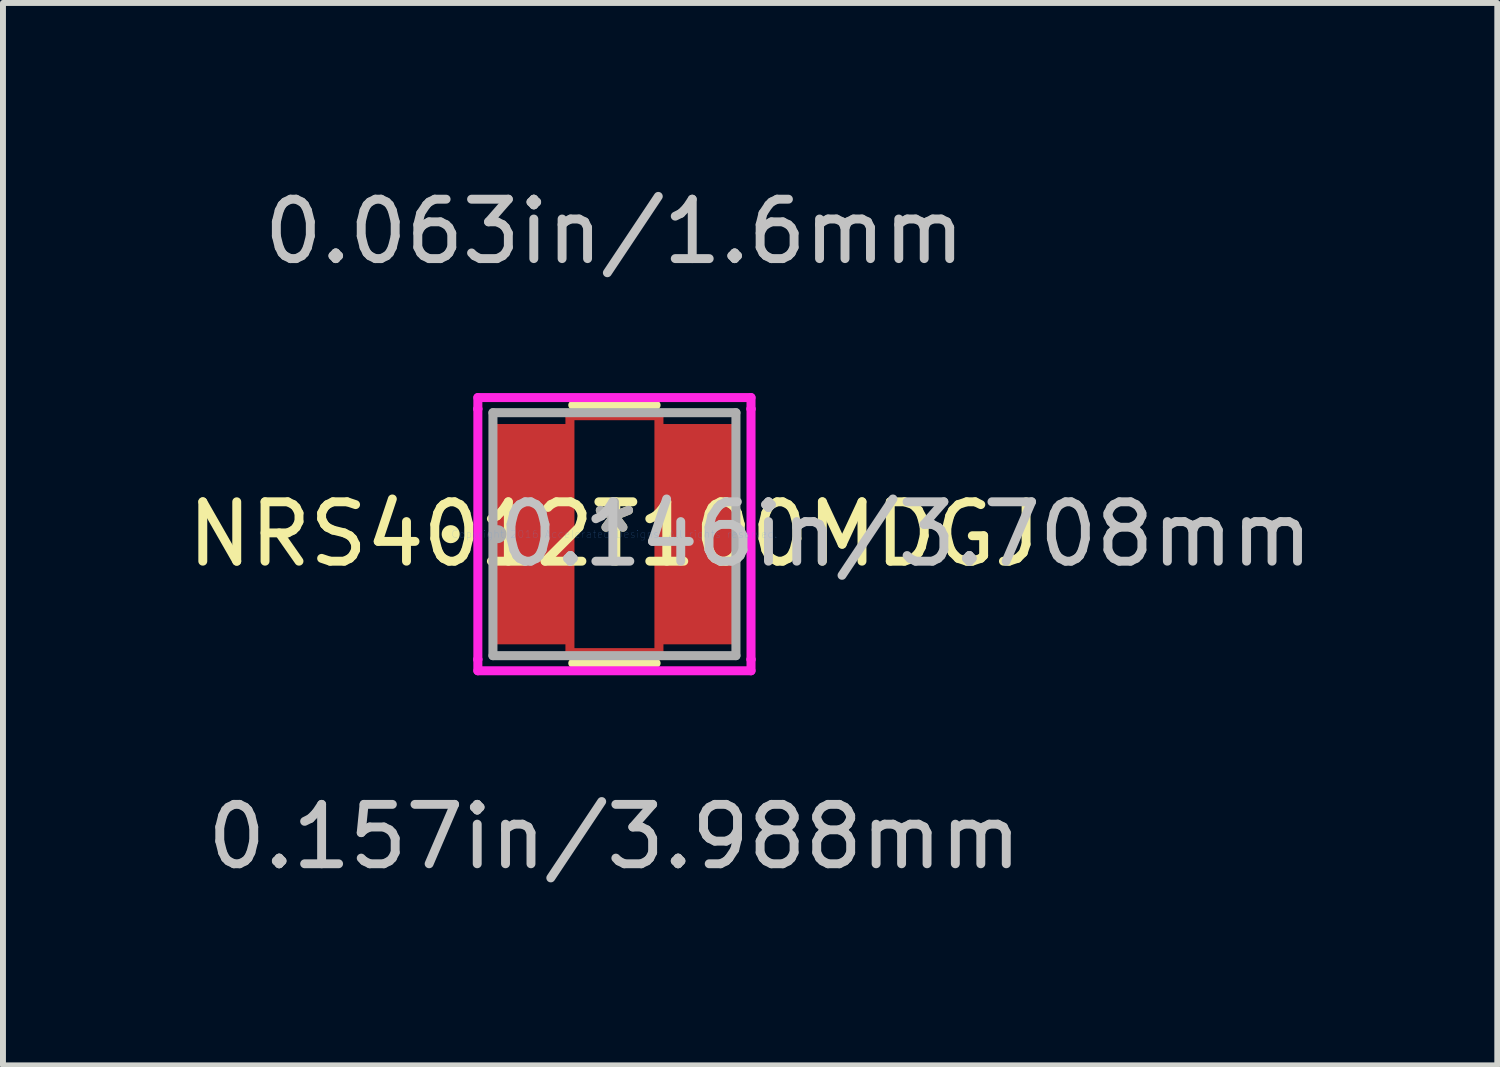
<source format=kicad_pcb>
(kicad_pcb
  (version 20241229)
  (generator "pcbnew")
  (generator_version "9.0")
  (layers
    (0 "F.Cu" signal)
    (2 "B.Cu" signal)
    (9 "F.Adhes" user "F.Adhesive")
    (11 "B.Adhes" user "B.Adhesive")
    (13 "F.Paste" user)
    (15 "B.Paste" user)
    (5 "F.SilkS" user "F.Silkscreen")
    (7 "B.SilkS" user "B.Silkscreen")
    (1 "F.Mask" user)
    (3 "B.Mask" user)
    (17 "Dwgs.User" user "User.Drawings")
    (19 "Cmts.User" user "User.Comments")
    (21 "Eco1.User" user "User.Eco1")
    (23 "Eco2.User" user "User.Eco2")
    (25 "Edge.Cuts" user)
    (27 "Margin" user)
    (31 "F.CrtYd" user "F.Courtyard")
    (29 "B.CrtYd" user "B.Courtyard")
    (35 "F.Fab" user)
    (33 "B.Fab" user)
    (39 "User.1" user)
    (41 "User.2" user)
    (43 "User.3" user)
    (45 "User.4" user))
  (footprint "NRS4012T100MDGJ"
    (layer "F.Cu")
    (at 7.292 5.941)
    (property "Reference" "NRS4012T100MDGJ" (at 0 0 0) (layer "F.SilkS") (effects (font (size 1 1) (thickness 0.15))))
    (attr through_hole)
    (fp_line (start -0.749 -1.994) (end 0.749 -1.994) (stroke (width 0.152) (type solid)) (layer "F.Cu"))
    (fp_line (start -0.749 1.994) (end -0.749 -1.994) (stroke (width 0.152) (type solid)) (layer "F.Cu"))
    (fp_line (start 0.749 -1.994) (end 0.749 1.994) (stroke (width 0.152) (type solid)) (layer "F.Cu"))
    (fp_line (start 0.749 1.994) (end -0.749 1.994) (stroke (width 0.152) (type solid)) (layer "F.Cu"))
    (fp_line (start -0.701 2.172) (end 0.701 2.172) (stroke (width 0.152) (type solid)) (layer "F.SilkS"))
    (fp_line (start 0.701 -2.172) (end -0.701 -2.172) (stroke (width 0.152) (type solid)) (layer "F.SilkS"))
    (fp_circle (center -2.756 0) (end -2.68 0) (stroke (width 0.152) (type solid)) (fill no) (layer "F.SilkS"))
    (fp_line (start -2.299 -2.299) (end 2.299 -2.299) (stroke (width 0.152) (type solid)) (layer "F.CrtYd"))
    (fp_line (start -2.299 -2.108) (end -2.299 -2.299) (stroke (width 0.152) (type solid)) (layer "F.CrtYd"))
    (fp_line (start -2.299 -2.108) (end -2.299 -2.108) (stroke (width 0.152) (type solid)) (layer "F.CrtYd"))
    (fp_line (start -2.299 2.108) (end -2.299 -2.108) (stroke (width 0.152) (type solid)) (layer "F.CrtYd"))
    (fp_line (start -2.299 2.108) (end -2.299 2.108) (stroke (width 0.152) (type solid)) (layer "F.CrtYd"))
    (fp_line (start -2.299 2.299) (end -2.299 2.108) (stroke (width 0.152) (type solid)) (layer "F.CrtYd"))
    (fp_line (start 2.299 -2.299) (end 2.299 -2.108) (stroke (width 0.152) (type solid)) (layer "F.CrtYd"))
    (fp_line (start 2.299 -2.108) (end 2.299 -2.108) (stroke (width 0.152) (type solid)) (layer "F.CrtYd"))
    (fp_line (start 2.299 -2.108) (end 2.299 2.108) (stroke (width 0.152) (type solid)) (layer "F.CrtYd"))
    (fp_line (start 2.299 2.108) (end 2.299 2.108) (stroke (width 0.152) (type solid)) (layer "F.CrtYd"))
    (fp_line (start 2.299 2.108) (end 2.299 2.299) (stroke (width 0.152) (type solid)) (layer "F.CrtYd"))
    (fp_line (start 2.299 2.299) (end -2.299 2.299) (stroke (width 0.152) (type solid)) (layer "F.CrtYd"))
    (fp_line (start -2.045 -2.045) (end -2.045 2.045) (stroke (width 0.152) (type solid)) (layer "F.Fab"))
    (fp_line (start -2.045 2.045) (end 2.045 2.045) (stroke (width 0.152) (type solid)) (layer "F.Fab"))
    (fp_line (start 2.045 -2.045) (end -2.045 -2.045) (stroke (width 0.152) (type solid)) (layer "F.Fab"))
    (fp_line (start 2.045 2.045) (end 2.045 -2.045) (stroke (width 0.152) (type solid)) (layer "F.Fab"))
    (fp_circle (center -1.968 0) (end -1.892 0) (stroke (width 0.152) (type solid)) (fill no) (layer "F.Fab"))
    (fp_text user "*" (at 0 0 0) (layer "F.SilkS") (effects (font (size 1 1) (thickness 0.15))))
    (fp_text user "0.063in/1.6mm" (at 0 -5.093 0) (layer "Dwgs.User") (effects (font (size 1 1) (thickness 0.15))))
    (fp_text user "0.157in/3.988mm" (at 0 5.093 0) (layer "Dwgs.User") (effects (font (size 1 1) (thickness 0.15))))
    (fp_text user "0.146in/3.708mm" (at 4.902 0 0) (layer "Dwgs.User") (effects (font (size 1 1) (thickness 0.15))))
    (fp_text user "Copyright 2016 Accelerated Designs. All rights reserved." (at 0 0 0) (layer "Cmts.User") (effects (font (size 0.127 0.127) (thickness 0.002))))
    (fp_text user "*" (at 0 0 0) (layer "F.Fab") (effects (font (size 1 1) (thickness 0.15))))
    (pad "1" smd rect (at -1.397 0) (size 1.194 3.708) (layers "F.Cu" "F.Mask" "F.Paste"))
    (pad "2" smd rect (at 1.397 0) (size 1.194 3.708) (layers "F.Cu" "F.Mask" "F.Paste")))
  (gr_rect
    (start -3 -3)
    (end 22.152 14.882)
    (stroke (width 0.1) (type default))
    (fill no)
    (layer "Edge.Cuts")))
</source>
